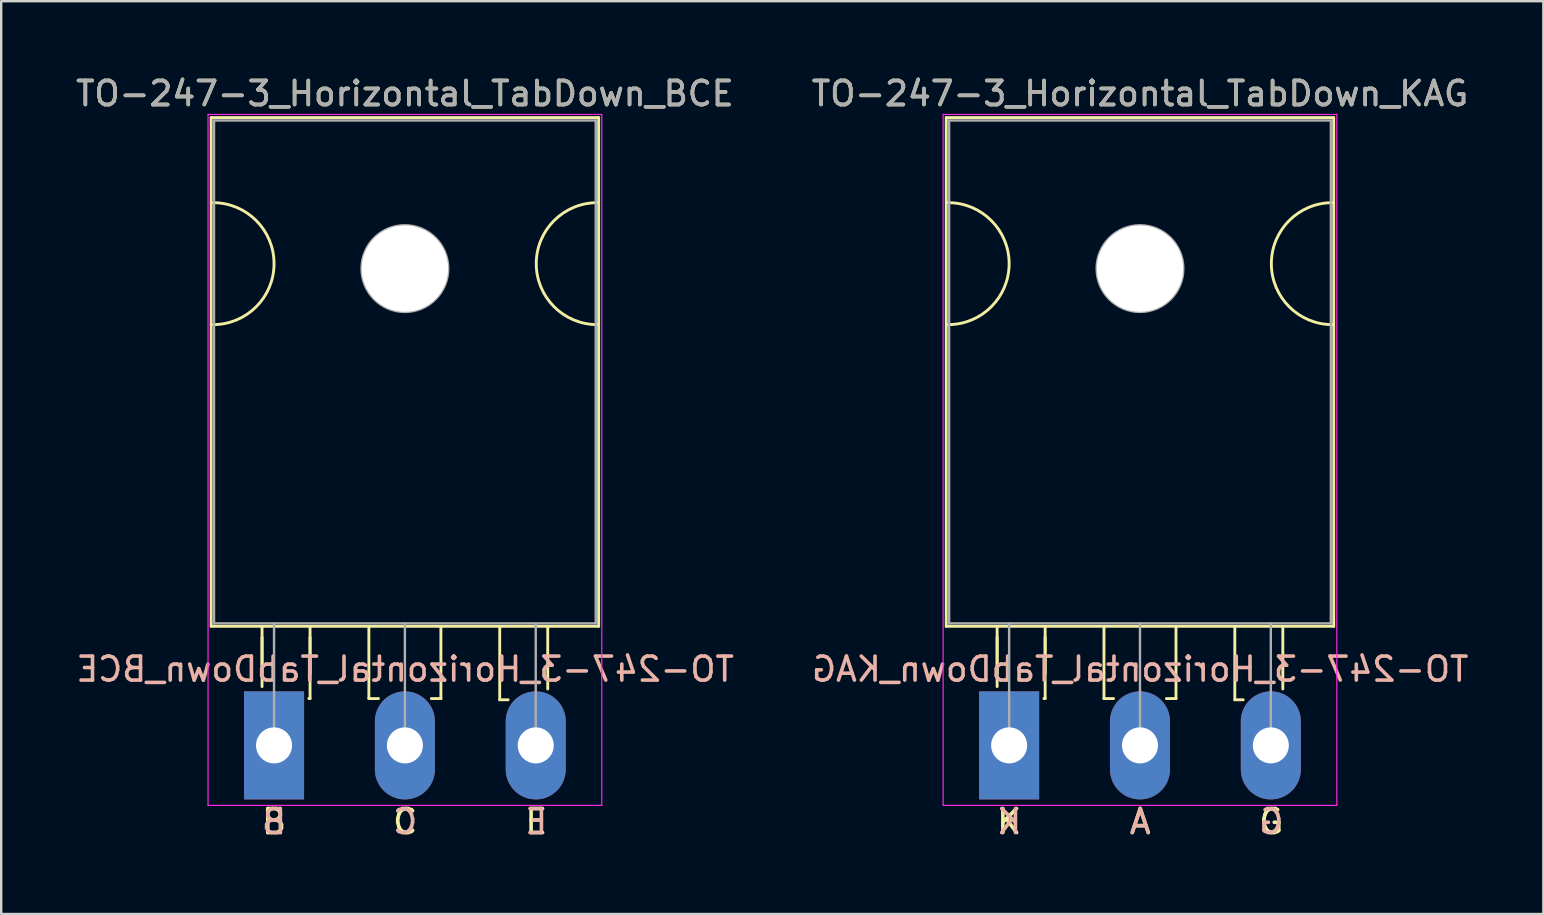
<source format=kicad_pcb>
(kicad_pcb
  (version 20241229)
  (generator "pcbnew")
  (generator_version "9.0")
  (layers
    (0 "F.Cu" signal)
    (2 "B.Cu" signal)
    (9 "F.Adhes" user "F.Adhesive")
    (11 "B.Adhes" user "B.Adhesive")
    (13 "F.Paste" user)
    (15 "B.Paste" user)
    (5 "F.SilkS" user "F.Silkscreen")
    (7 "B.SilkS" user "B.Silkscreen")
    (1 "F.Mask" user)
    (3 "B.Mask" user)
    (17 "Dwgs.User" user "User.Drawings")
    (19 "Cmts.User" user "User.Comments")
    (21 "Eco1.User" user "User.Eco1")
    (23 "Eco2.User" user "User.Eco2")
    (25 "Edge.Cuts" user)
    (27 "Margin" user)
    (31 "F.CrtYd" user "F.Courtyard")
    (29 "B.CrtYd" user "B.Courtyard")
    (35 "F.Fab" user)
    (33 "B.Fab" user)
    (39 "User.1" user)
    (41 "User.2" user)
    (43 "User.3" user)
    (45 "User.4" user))
  (footprint "TO-247-3_Horizontal_TabDown_BCE"
    (layer "F.Cu")
    (at 8.365 27.998)
    (property "Reference" "TO-247-3_Horizontal_TabDown_BCE" (at 5.45 -27.15 0) (layer "F.SilkS") (effects (font (size 1 1) (thickness 0.15))))
    (fp_line (start -2.62 -26.15) (end -2.62 -4.96) (stroke (width 0.12) (type solid)) (layer "F.SilkS"))
    (fp_line (start -2.62 -26.15) (end 13.52 -26.15) (stroke (width 0.12) (type solid)) (layer "F.SilkS"))
    (fp_line (start -2.62 -4.96) (end 13.52 -4.96) (stroke (width 0.12) (type solid)) (layer "F.SilkS"))
    (fp_line (start -0.5 -4.95) (end -0.5 -2.45) (stroke (width 0.12) (type solid)) (layer "F.SilkS"))
    (fp_line (start -0.5 -4.5) (end -0.5 -3) (stroke (width 0.12) (type solid)) (layer "F.SilkS"))
    (fp_line (start 1.5 -4.95) (end 1.5 -1.95) (stroke (width 0.12) (type solid)) (layer "F.SilkS"))
    (fp_line (start 1.5 -4.5) (end 1.5 -3) (stroke (width 0.12) (type solid)) (layer "F.SilkS"))
    (fp_line (start 1.5 -1.95) (end 1.45 -1.95) (stroke (width 0.12) (type solid)) (layer "F.SilkS"))
    (fp_line (start 3.95 -4.9) (end 3.95 -1.95) (stroke (width 0.12) (type solid)) (layer "F.SilkS"))
    (fp_line (start 3.95 -1.95) (end 4.35 -1.95) (stroke (width 0.12) (type solid)) (layer "F.SilkS"))
    (fp_line (start 6.95 -4.95) (end 6.95 -1.95) (stroke (width 0.12) (type solid)) (layer "F.SilkS"))
    (fp_line (start 6.95 -1.95) (end 6.55 -1.95) (stroke (width 0.12) (type solid)) (layer "F.SilkS"))
    (fp_line (start 9.4 -4.9) (end 9.4 -1.9) (stroke (width 0.12) (type solid)) (layer "F.SilkS"))
    (fp_line (start 9.4 -1.9) (end 9.75 -1.9) (stroke (width 0.12) (type solid)) (layer "F.SilkS"))
    (fp_line (start 11.4 -4.9) (end 11.4 -2.35) (stroke (width 0.12) (type solid)) (layer "F.SilkS"))
    (fp_line (start 13.52 -26.15) (end 13.52 -4.96) (stroke (width 0.12) (type solid)) (layer "F.SilkS"))
    (fp_arc (start -2.54 -22.606) (mid 0 -20.066) (end -2.54 -17.526) (stroke (width 0.12) (type solid)) (layer "F.SilkS"))
    (fp_arc (start 13.462 -17.526) (mid 10.922 -20.066) (end 13.462 -22.606) (stroke (width 0.12) (type solid)) (layer "F.SilkS"))
    (fp_line (start -2.75 -26.28) (end -2.75 2.5) (stroke (width 0.05) (type solid)) (layer "F.CrtYd"))
    (fp_line (start -2.75 2.5) (end 13.65 2.5) (stroke (width 0.05) (type solid)) (layer "F.CrtYd"))
    (fp_line (start 13.65 -26.28) (end -2.75 -26.28) (stroke (width 0.05) (type solid)) (layer "F.CrtYd"))
    (fp_line (start 13.65 2.5) (end 13.65 -26.28) (stroke (width 0.05) (type solid)) (layer "F.CrtYd"))
    (fp_line (start -2.5 -26.03) (end 13.4 -26.03) (stroke (width 0.1) (type solid)) (layer "F.Fab"))
    (fp_line (start -2.5 -5.08) (end -2.5 -26.03) (stroke (width 0.1) (type solid)) (layer "F.Fab"))
    (fp_line (start 0 -5.08) (end 0 0) (stroke (width 0.1) (type solid)) (layer "F.Fab"))
    (fp_line (start 5.45 -5.08) (end 5.45 0) (stroke (width 0.1) (type solid)) (layer "F.Fab"))
    (fp_line (start 10.9 -5.08) (end 10.9 0) (stroke (width 0.1) (type solid)) (layer "F.Fab"))
    (fp_line (start 13.4 -26.03) (end 13.4 -5.08) (stroke (width 0.1) (type solid)) (layer "F.Fab"))
    (fp_line (start 13.4 -5.08) (end -2.5 -5.08) (stroke (width 0.1) (type solid)) (layer "F.Fab"))
    (fp_circle (center 5.45 -19.86) (end 7.255 -19.86) (stroke (width 0.1) (type solid)) (fill no) (layer "F.Fab"))
    (fp_text user "C" (at 5.461 3.175 0) (unlocked yes) (layer "F.SilkS") (effects (font (size 1 1) (thickness 0.15))))
    (fp_text user "B" (at 0 3.175 0) (unlocked yes) (layer "F.SilkS") (effects (font (size 1 1) (thickness 0.15))))
    (fp_text user "E" (at 10.922 3.175 0) (unlocked yes) (layer "F.SilkS") (effects (font (size 1 1) (thickness 0.15))))
    (fp_text user "${REFERENCE}" (at 5.461 -3.175 0) (layer "B.SilkS") (effects (font (size 1 1) (thickness 0.15)) (justify mirror)))
    (fp_text user "C" (at 5.461 3.175 0) (unlocked yes) (layer "B.SilkS") (effects (font (size 1 1) (thickness 0.15)) (justify mirror)))
    (fp_text user "B" (at 0 3.175 0) (unlocked yes) (layer "B.SilkS") (effects (font (size 1 1) (thickness 0.15)) (justify mirror)))
    (fp_text user "E" (at 10.922 3.175 0) (unlocked yes) (layer "B.SilkS") (effects (font (size 1 1) (thickness 0.15)) (justify mirror)))
    (fp_text user "${REFERENCE}" (at 5.45 -27.15 0) (layer "F.Fab") (effects (font (size 1 1) (thickness 0.15))))
    (pad "" np_thru_hole oval (at 5.45 -19.86) (size 3.6 3.6) (drill 3.6) (layers "*.Cu" "*.Mask"))
    (pad "1" thru_hole rect (at 0 0) (size 2.5 4.5) (drill 1.5) (layers "*.Cu" "*.Mask"))
    (pad "2" thru_hole oval (at 5.45 0) (size 2.5 4.5) (drill 1.5) (layers "*.Cu" "*.Mask"))
    (pad "3" thru_hole oval (at 10.9 0) (size 2.5 4.5) (drill 1.5) (layers "*.Cu" "*.Mask")))
  (footprint "TO-247-3_Horizontal_TabDown_KAG"
    (layer "F.Cu")
    (at 38.984 27.998)
    (property "Reference" "TO-247-3_Horizontal_TabDown_KAG" (at 5.45 -27.15 0) (layer "F.SilkS") (effects (font (size 1 1) (thickness 0.15))))
    (fp_line (start -2.62 -26.15) (end -2.62 -4.96) (stroke (width 0.12) (type solid)) (layer "F.SilkS"))
    (fp_line (start -2.62 -26.15) (end 13.52 -26.15) (stroke (width 0.12) (type solid)) (layer "F.SilkS"))
    (fp_line (start -2.62 -4.96) (end 13.52 -4.96) (stroke (width 0.12) (type solid)) (layer "F.SilkS"))
    (fp_line (start -0.5 -4.95) (end -0.5 -2.45) (stroke (width 0.12) (type solid)) (layer "F.SilkS"))
    (fp_line (start -0.5 -4.5) (end -0.5 -3) (stroke (width 0.12) (type solid)) (layer "F.SilkS"))
    (fp_line (start 1.5 -4.95) (end 1.5 -1.95) (stroke (width 0.12) (type solid)) (layer "F.SilkS"))
    (fp_line (start 1.5 -4.5) (end 1.5 -3) (stroke (width 0.12) (type solid)) (layer "F.SilkS"))
    (fp_line (start 1.5 -1.95) (end 1.45 -1.95) (stroke (width 0.12) (type solid)) (layer "F.SilkS"))
    (fp_line (start 3.95 -4.9) (end 3.95 -1.95) (stroke (width 0.12) (type solid)) (layer "F.SilkS"))
    (fp_line (start 3.95 -1.95) (end 4.35 -1.95) (stroke (width 0.12) (type solid)) (layer "F.SilkS"))
    (fp_line (start 6.95 -4.95) (end 6.95 -1.95) (stroke (width 0.12) (type solid)) (layer "F.SilkS"))
    (fp_line (start 6.95 -1.95) (end 6.55 -1.95) (stroke (width 0.12) (type solid)) (layer "F.SilkS"))
    (fp_line (start 9.4 -4.9) (end 9.4 -1.9) (stroke (width 0.12) (type solid)) (layer "F.SilkS"))
    (fp_line (start 9.4 -1.9) (end 9.75 -1.9) (stroke (width 0.12) (type solid)) (layer "F.SilkS"))
    (fp_line (start 11.4 -4.9) (end 11.4 -2.35) (stroke (width 0.12) (type solid)) (layer "F.SilkS"))
    (fp_line (start 13.52 -26.15) (end 13.52 -4.96) (stroke (width 0.12) (type solid)) (layer "F.SilkS"))
    (fp_arc (start -2.54 -22.606) (mid 0 -20.066) (end -2.54 -17.526) (stroke (width 0.12) (type solid)) (layer "F.SilkS"))
    (fp_arc (start 13.462 -17.526) (mid 10.922 -20.066) (end 13.462 -22.606) (stroke (width 0.12) (type solid)) (layer "F.SilkS"))
    (fp_line (start -2.75 -26.28) (end -2.75 2.5) (stroke (width 0.05) (type solid)) (layer "F.CrtYd"))
    (fp_line (start -2.75 2.5) (end 13.65 2.5) (stroke (width 0.05) (type solid)) (layer "F.CrtYd"))
    (fp_line (start 13.65 -26.28) (end -2.75 -26.28) (stroke (width 0.05) (type solid)) (layer "F.CrtYd"))
    (fp_line (start 13.65 2.5) (end 13.65 -26.28) (stroke (width 0.05) (type solid)) (layer "F.CrtYd"))
    (fp_line (start -2.5 -26.03) (end 13.4 -26.03) (stroke (width 0.1) (type solid)) (layer "F.Fab"))
    (fp_line (start -2.5 -5.08) (end -2.5 -26.03) (stroke (width 0.1) (type solid)) (layer "F.Fab"))
    (fp_line (start 0 -5.08) (end 0 0) (stroke (width 0.1) (type solid)) (layer "F.Fab"))
    (fp_line (start 5.45 -5.08) (end 5.45 0) (stroke (width 0.1) (type solid)) (layer "F.Fab"))
    (fp_line (start 10.9 -5.08) (end 10.9 0) (stroke (width 0.1) (type solid)) (layer "F.Fab"))
    (fp_line (start 13.4 -26.03) (end 13.4 -5.08) (stroke (width 0.1) (type solid)) (layer "F.Fab"))
    (fp_line (start 13.4 -5.08) (end -2.5 -5.08) (stroke (width 0.1) (type solid)) (layer "F.Fab"))
    (fp_circle (center 5.45 -19.86) (end 7.255 -19.86) (stroke (width 0.1) (type solid)) (fill no) (layer "F.Fab"))
    (fp_text user "A" (at 5.461 3.175 0) (unlocked yes) (layer "F.SilkS") (effects (font (size 1 1) (thickness 0.15))))
    (fp_text user "G" (at 10.922 3.175 0) (unlocked yes) (layer "F.SilkS") (effects (font (size 1 1) (thickness 0.15))))
    (fp_text user "K" (at 0 3.175 0) (unlocked yes) (layer "F.SilkS") (effects (font (size 1 1) (thickness 0.15))))
    (fp_text user "G" (at 10.922 3.175 0) (unlocked yes) (layer "B.SilkS") (effects (font (size 1 1) (thickness 0.15)) (justify mirror)))
    (fp_text user "${REFERENCE}" (at 5.461 -3.175 0) (layer "B.SilkS") (effects (font (size 1 1) (thickness 0.15)) (justify mirror)))
    (fp_text user "A" (at 5.461 3.175 0) (unlocked yes) (layer "B.SilkS") (effects (font (size 1 1) (thickness 0.15)) (justify mirror)))
    (fp_text user "K" (at 0 3.175 0) (unlocked yes) (layer "B.SilkS") (effects (font (size 1 1) (thickness 0.15)) (justify mirror)))
    (fp_text user "${REFERENCE}" (at 5.45 -27.15 0) (layer "F.Fab") (effects (font (size 1 1) (thickness 0.15))))
    (pad "" np_thru_hole oval (at 5.45 -19.86) (size 3.6 3.6) (drill 3.6) (layers "*.Cu" "*.Mask"))
    (pad "1" thru_hole rect (at 0 0) (size 2.5 4.5) (drill 1.5) (layers "*.Cu" "*.Mask"))
    (pad "2" thru_hole oval (at 5.45 0) (size 2.5 4.5) (drill 1.5) (layers "*.Cu" "*.Mask"))
    (pad "3" thru_hole oval (at 10.9 0) (size 2.5 4.5) (drill 1.5) (layers "*.Cu" "*.Mask")))
  (gr_rect
    (start -3 -3)
    (end 61.236 35.022)
    (stroke (width 0.1) (type default))
    (fill no)
    (layer "Edge.Cuts")))
</source>
